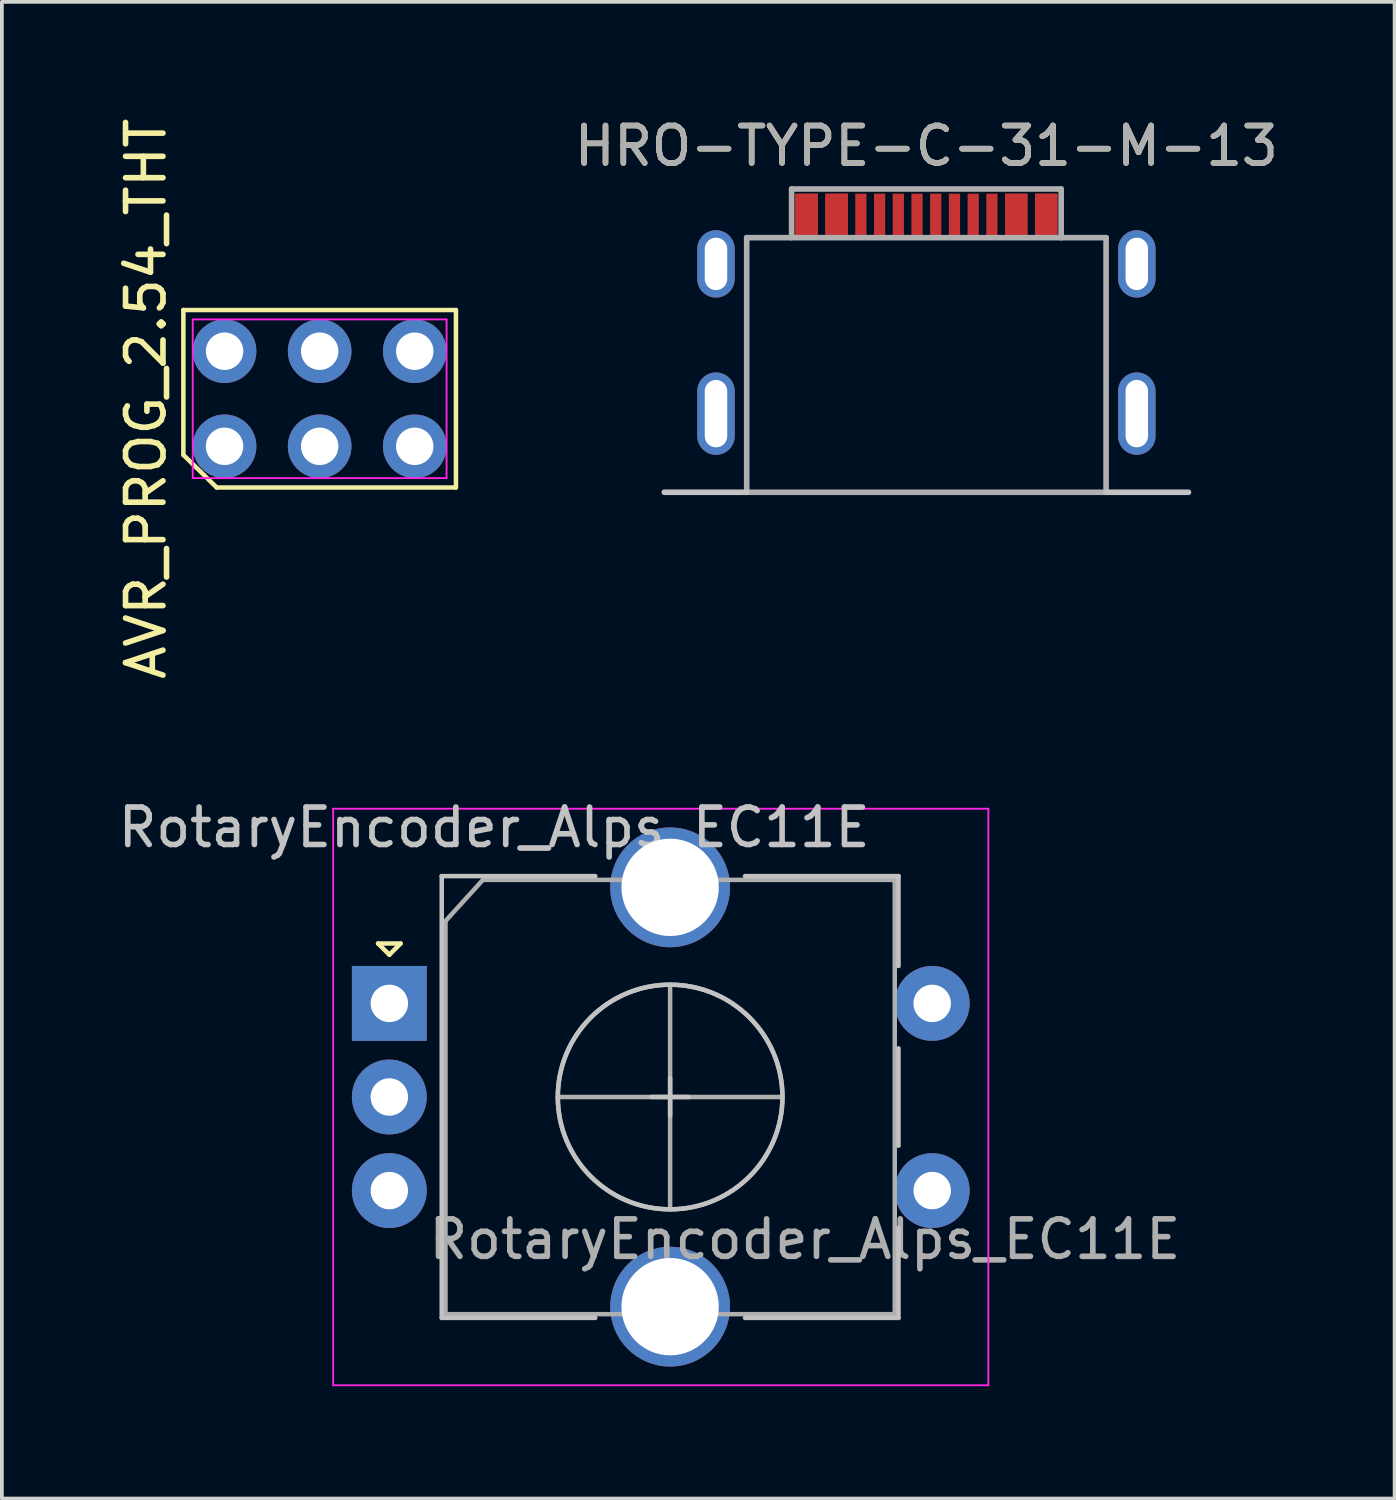
<source format=kicad_pcb>
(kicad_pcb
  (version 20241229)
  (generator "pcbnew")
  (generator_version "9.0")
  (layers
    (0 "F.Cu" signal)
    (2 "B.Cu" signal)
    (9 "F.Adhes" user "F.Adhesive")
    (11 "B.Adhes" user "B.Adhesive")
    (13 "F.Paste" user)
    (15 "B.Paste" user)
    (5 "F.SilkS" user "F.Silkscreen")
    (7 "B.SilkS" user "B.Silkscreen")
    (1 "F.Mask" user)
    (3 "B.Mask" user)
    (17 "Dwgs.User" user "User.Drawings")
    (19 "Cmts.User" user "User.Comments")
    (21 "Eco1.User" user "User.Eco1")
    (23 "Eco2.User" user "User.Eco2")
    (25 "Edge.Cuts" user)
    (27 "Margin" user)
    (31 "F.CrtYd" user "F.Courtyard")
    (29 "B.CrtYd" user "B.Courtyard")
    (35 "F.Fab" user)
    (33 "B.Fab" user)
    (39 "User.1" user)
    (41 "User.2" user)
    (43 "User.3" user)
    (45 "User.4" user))
  (footprint "RotaryEncoder_Alps_EC11E"
    (layer "F.Cu")
    (at 7.349 23.751)
    (property "Reference" "RotaryEncoder_Alps_EC11E" (at 2.8 -4.7 0) (layer "Dwgs.User") (effects (font (size 1 1) (thickness 0.15))))
    (attr through_hole)
    (fp_line (start -0.3 -1.6) (end 0.3 -1.6) (stroke (width 0.12) (type solid)) (layer "F.SilkS"))
    (fp_line (start 0 -1.3) (end -0.3 -1.6) (stroke (width 0.12) (type solid)) (layer "F.SilkS"))
    (fp_line (start 0.3 -1.6) (end 0 -1.3) (stroke (width 0.12) (type solid)) (layer "F.SilkS"))
    (fp_line (start 1.4 -3.4) (end 1.4 8.4) (stroke (width 0.12) (type solid)) (layer "Dwgs.User"))
    (fp_line (start 5.5 -3.4) (end 1.4 -3.4) (stroke (width 0.12) (type solid)) (layer "Dwgs.User"))
    (fp_line (start 5.5 8.4) (end 1.4 8.4) (stroke (width 0.12) (type solid)) (layer "Dwgs.User"))
    (fp_line (start 7 2.5) (end 8 2.5) (stroke (width 0.12) (type solid)) (layer "Dwgs.User"))
    (fp_line (start 7.5 2) (end 7.5 3) (stroke (width 0.12) (type solid)) (layer "Dwgs.User"))
    (fp_line (start 9.5 -3.4) (end 13.6 -3.4) (stroke (width 0.12) (type solid)) (layer "Dwgs.User"))
    (fp_line (start 13.6 -3.4) (end 13.6 -1) (stroke (width 0.12) (type solid)) (layer "Dwgs.User"))
    (fp_line (start 13.6 1.2) (end 13.6 3.8) (stroke (width 0.12) (type solid)) (layer "Dwgs.User"))
    (fp_line (start 13.6 6) (end 13.6 8.4) (stroke (width 0.12) (type solid)) (layer "Dwgs.User"))
    (fp_line (start 13.6 8.4) (end 9.5 8.4) (stroke (width 0.12) (type solid)) (layer "Dwgs.User"))
    (fp_circle (center 7.5 2.5) (end 10.5 2.5) (stroke (width 0.12) (type solid)) (fill no) (layer "Dwgs.User"))
    (fp_line (start -1.5 -5.2) (end -1.5 10.2) (stroke (width 0.05) (type solid)) (layer "F.CrtYd"))
    (fp_line (start -1.5 -5.2) (end 16 -5.2) (stroke (width 0.05) (type solid)) (layer "F.CrtYd"))
    (fp_line (start 16 10.2) (end -1.5 10.2) (stroke (width 0.05) (type solid)) (layer "F.CrtYd"))
    (fp_line (start 16 10.2) (end 16 -5.2) (stroke (width 0.05) (type solid)) (layer "F.CrtYd"))
    (fp_line (start 1.5 -2.2) (end 2.5 -3.3) (stroke (width 0.12) (type solid)) (layer "F.Fab"))
    (fp_line (start 1.5 8.3) (end 1.5 -2.2) (stroke (width 0.12) (type solid)) (layer "F.Fab"))
    (fp_line (start 2.5 -3.3) (end 13.5 -3.3) (stroke (width 0.12) (type solid)) (layer "F.Fab"))
    (fp_line (start 4.5 2.5) (end 10.5 2.5) (stroke (width 0.12) (type solid)) (layer "F.Fab"))
    (fp_line (start 7.5 -0.5) (end 7.5 5.5) (stroke (width 0.12) (type solid)) (layer "F.Fab"))
    (fp_line (start 13.5 -3.3) (end 13.5 8.3) (stroke (width 0.12) (type solid)) (layer "F.Fab"))
    (fp_line (start 13.5 8.3) (end 1.5 8.3) (stroke (width 0.12) (type solid)) (layer "F.Fab"))
    (fp_circle (center 7.5 2.5) (end 10.5 2.5) (stroke (width 0.12) (type solid)) (fill no) (layer "F.Fab"))
    (fp_text user "${REFERENCE}" (at 11.1 6.3 0) (layer "F.Fab") (effects (font (size 1 1) (thickness 0.15))))
    (pad "A" thru_hole rect (at 0 0) (size 2 2) (drill 1) (layers "*.Cu" "*.Mask"))
    (pad "B" thru_hole circle (at 0 5) (size 2 2) (drill 1) (layers "*.Cu" "*.Mask"))
    (pad "C" thru_hole circle (at 0 2.5) (size 2 2) (drill 1) (layers "*.Cu" "*.Mask"))
    (pad "MP" thru_hole circle (at 7.5 -3.1) (size 3.2 3.2) (drill 2.6) (layers "*.Cu" "*.Mask"))
    (pad "MP" thru_hole circle (at 7.5 8.1) (size 3.2 3.2) (drill 2.6) (layers "*.Cu" "*.Mask"))
    (pad "S1" thru_hole circle (at 14.5 5) (size 2 2) (drill 1) (layers "*.Cu" "*.Mask"))
    (pad "S2" thru_hole circle (at 14.5 0) (size 2 2) (drill 1) (layers "*.Cu" "*.Mask")))
  (footprint "AVR_PROG_2.54_THT"
    (layer "F.Cu")
    (at 5.488 7.601)
    (property "Reference" "AVR_PROG_2.54_THT" (at -4.64 0 90) (layer "F.SilkS") (effects (font (size 1 1) (thickness 0.15))))
    (attr through_hole)
    (fp_line (start -3.64 -2.37) (end -3.64 1.5) (stroke (width 0.12) (type solid)) (layer "F.SilkS"))
    (fp_line (start -3.64 1.5) (end -2.75 2.37) (stroke (width 0.12) (type solid)) (layer "F.SilkS"))
    (fp_line (start -2.75 2.37) (end 3.64 2.37) (stroke (width 0.12) (type solid)) (layer "F.SilkS"))
    (fp_line (start 3.64 -2.37) (end -3.64 -2.37) (stroke (width 0.12) (type solid)) (layer "F.SilkS"))
    (fp_line (start 3.64 2.37) (end 3.64 -2.37) (stroke (width 0.12) (type solid)) (layer "F.SilkS"))
    (fp_line (start -3.39 -2.12) (end 3.39 -2.12) (stroke (width 0.05) (type solid)) (layer "F.CrtYd"))
    (fp_line (start -3.39 2.12) (end -3.39 -2.12) (stroke (width 0.05) (type solid)) (layer "F.CrtYd"))
    (fp_line (start 3.39 -2.12) (end 3.39 2.12) (stroke (width 0.05) (type solid)) (layer "F.CrtYd"))
    (fp_line (start 3.39 2.12) (end -3.39 2.12) (stroke (width 0.05) (type solid)) (layer "F.CrtYd"))
    (pad "1" thru_hole circle (at -2.54 1.27) (size 1.7 1.7) (drill 1) (layers "*.Cu" "*.Mask"))
    (pad "2" thru_hole circle (at -2.54 -1.27) (size 1.7 1.7) (drill 1) (layers "*.Cu" "*.Mask"))
    (pad "3" thru_hole circle (at 0 1.27) (size 1.7 1.7) (drill 1) (layers "*.Cu" "*.Mask"))
    (pad "4" thru_hole circle (at 0 -1.27) (size 1.7 1.7) (drill 1) (layers "*.Cu" "*.Mask"))
    (pad "5" thru_hole circle (at 2.54 1.27) (size 1.7 1.7) (drill 1) (layers "*.Cu" "*.Mask"))
    (pad "6" thru_hole circle (at 2.54 -1.27) (size 1.7 1.7) (drill 1) (layers "*.Cu" "*.Mask")))
  (footprint "HRO-TYPE-C-31-M-13"
    (layer "F.Cu")
    (at 21.694 10.098)
    (property "Reference" "HRO-TYPE-C-31-M-13" (at 0 -9.25 0) (layer "F.SilkS") (effects (font (size 1 1) (thickness 0.15))))
    (attr smd)
    (fp_line (start -4.8 0) (end -7 0) (stroke (width 0.15) (type solid)) (layer "Dwgs.User"))
    (fp_line (start 7 0) (end 4.8 0) (stroke (width 0.15) (type solid)) (layer "Dwgs.User"))
    (fp_line (start -4.8 -6.8) (end -4.8 0) (stroke (width 0.15) (type solid)) (layer "F.Fab"))
    (fp_line (start -3.6 -8.1) (end 3.6 -8.1) (stroke (width 0.15) (type solid)) (layer "F.Fab"))
    (fp_line (start -3.6 -6.8) (end -3.6 -8.1) (stroke (width 0.15) (type solid)) (layer "F.Fab"))
    (fp_line (start 3.6 -8.1) (end 3.6 -6.8) (stroke (width 0.15) (type solid)) (layer "F.Fab"))
    (fp_line (start 4.8 -6.8) (end -4.8 -6.8) (stroke (width 0.15) (type solid)) (layer "F.Fab"))
    (fp_line (start 4.8 -6.8) (end 4.8 0) (stroke (width 0.15) (type solid)) (layer "F.Fab"))
    (fp_line (start 4.8 0) (end -4.8 0) (stroke (width 0.15) (type solid)) (layer "F.Fab"))
    (fp_text user "${REFERENCE}" (at 0 -9.25 0) (layer "F.Fab") (effects (font (size 1 1) (thickness 0.15))))
    (pad "A1" smd rect (at -3.2 -7.4) (size 0.6 1.15) (layers "F.Cu" "F.Mask" "F.Paste"))
    (pad "A4" smd rect (at -2.4 -7.4) (size 0.6 1.15) (layers "F.Cu" "F.Mask" "F.Paste"))
    (pad "A5" smd rect (at -1.25 -7.4) (size 0.3 1.15) (layers "F.Cu" "F.Mask" "F.Paste"))
    (pad "A6" smd rect (at -0.25 -7.4) (size 0.3 1.15) (layers "F.Cu" "F.Mask" "F.Paste"))
    (pad "A7" smd rect (at 0.25 -7.4) (size 0.3 1.15) (layers "F.Cu" "F.Mask" "F.Paste"))
    (pad "A8" smd rect (at 1.25 -7.4) (size 0.3 1.15) (layers "F.Cu" "F.Mask" "F.Paste"))
    (pad "A9" smd rect (at 2.4 -7.4) (size 0.6 1.15) (layers "F.Cu" "F.Mask" "F.Paste"))
    (pad "A12" smd rect (at 3.2 -7.4) (size 0.6 1.15) (layers "F.Cu" "F.Mask" "F.Paste"))
    (pad "B1" smd rect (at 3.2 -7.4) (size 0.6 1.15) (layers "F.Cu" "F.Mask" "F.Paste"))
    (pad "B4" smd rect (at 2.4 -7.4) (size 0.6 1.15) (layers "F.Cu" "F.Mask" "F.Paste"))
    (pad "B5" smd rect (at 1.75 -7.4) (size 0.3 1.15) (layers "F.Cu" "F.Mask" "F.Paste"))
    (pad "B6" smd rect (at 0.75 -7.4) (size 0.3 1.15) (layers "F.Cu" "F.Mask" "F.Paste"))
    (pad "B7" smd rect (at -0.75 -7.4) (size 0.3 1.15) (layers "F.Cu" "F.Mask" "F.Paste"))
    (pad "B8" smd rect (at -1.75 -7.4) (size 0.3 1.15) (layers "F.Cu" "F.Mask" "F.Paste"))
    (pad "B9" smd rect (at -2.4 -7.4) (size 0.6 1.15) (layers "F.Cu" "F.Mask" "F.Paste"))
    (pad "B12" smd rect (at -3.2 -7.4) (size 0.6 1.15) (layers "F.Cu" "F.Mask" "F.Paste"))
    (pad "S1" thru_hole oval (at -5.62 -6.1) (size 1 1.8) (drill oval 0.6 1.4) (layers "*.Cu" "*.Mask"))
    (pad "S1" thru_hole oval (at -5.62 -2.1) (size 1 2.2) (drill oval 0.6 1.8) (layers "*.Cu" "*.Mask"))
    (pad "S1" thru_hole oval (at 5.62 -6.1) (size 1 1.8) (drill oval 0.6 1.4) (layers "*.Cu" "*.Mask"))
    (pad "S1" thru_hole oval (at 5.62 -2.1) (size 1 2.2) (drill oval 0.6 1.8) (layers "*.Cu" "*.Mask")))
  (gr_rect
    (start -3 -3)
    (end 34.2 36.976)
    (stroke (width 0.1) (type default))
    (fill no)
    (layer "Edge.Cuts")))
</source>
